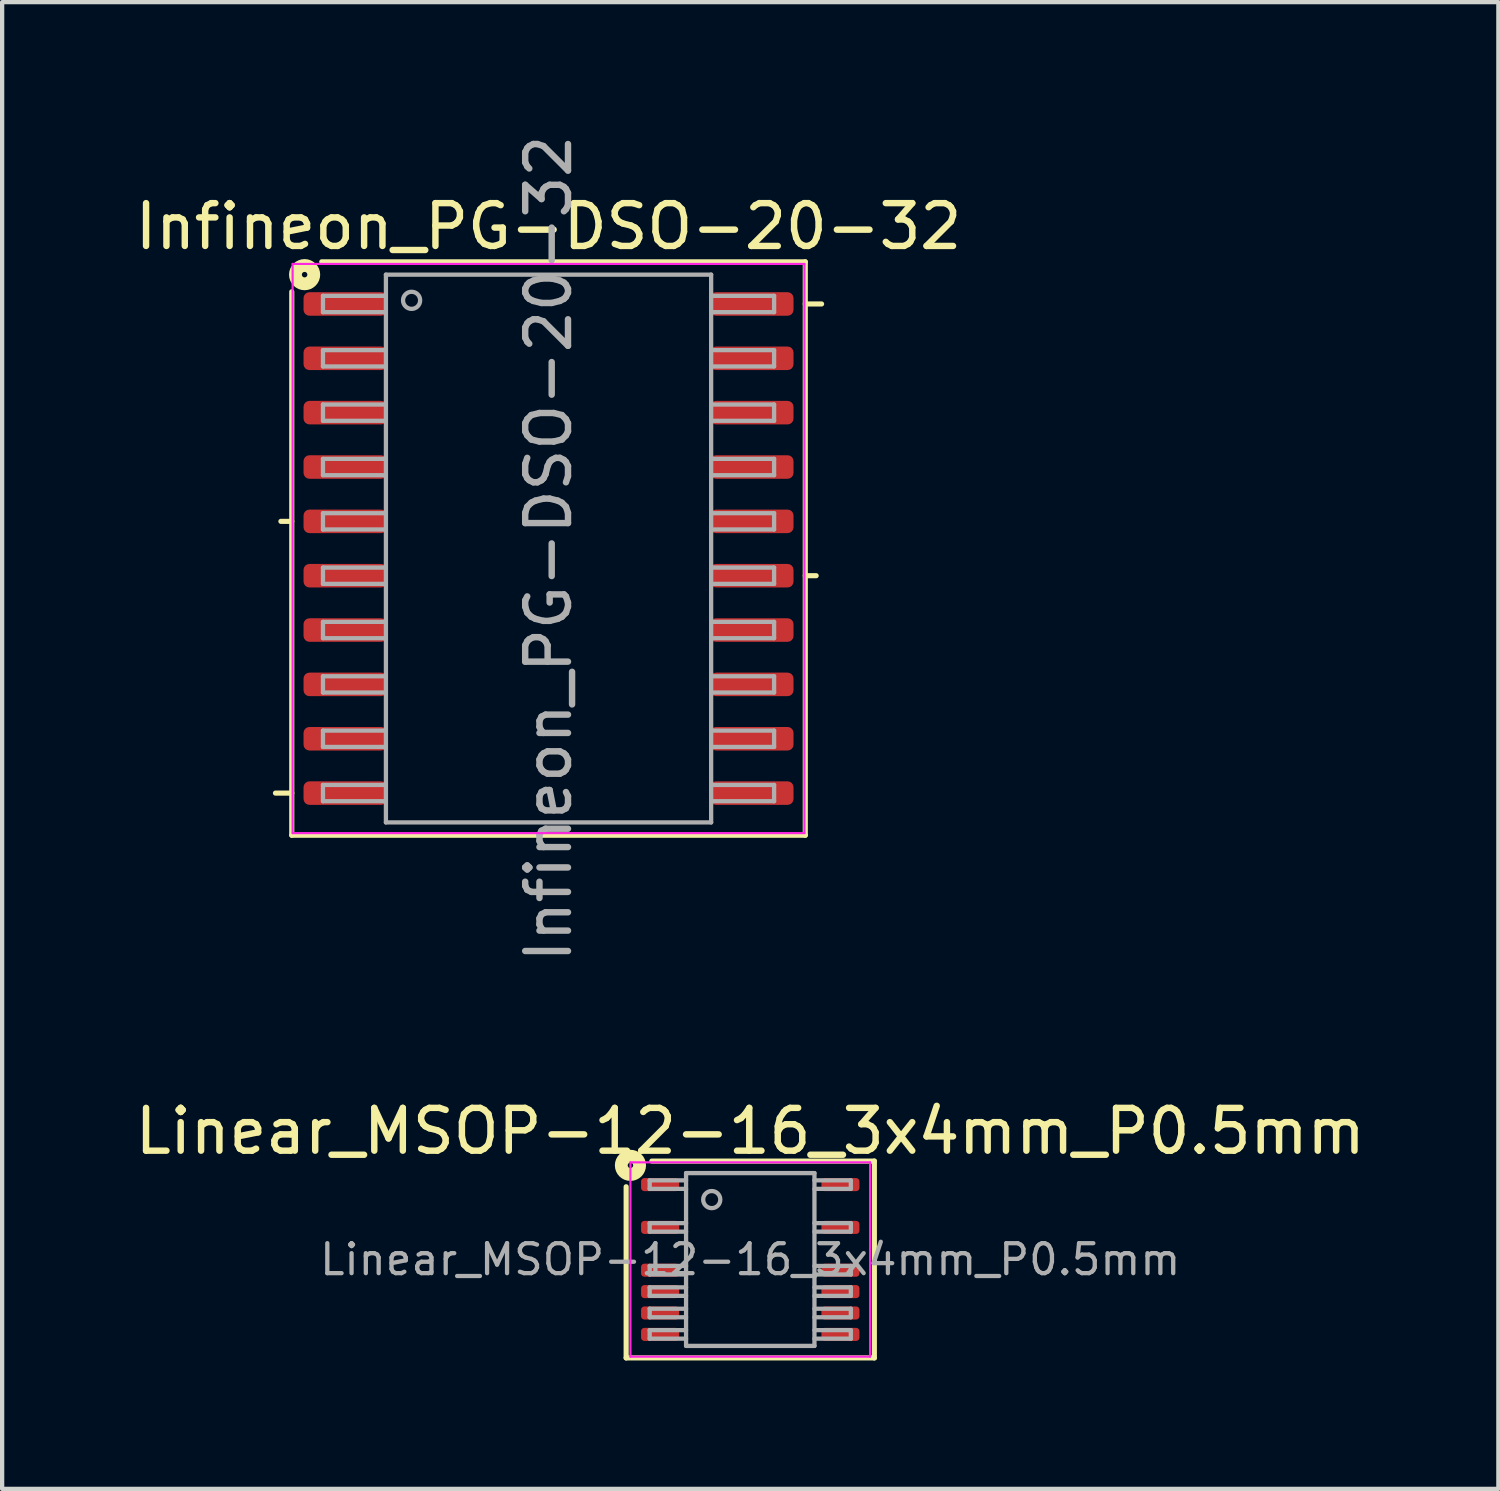
<source format=kicad_pcb>
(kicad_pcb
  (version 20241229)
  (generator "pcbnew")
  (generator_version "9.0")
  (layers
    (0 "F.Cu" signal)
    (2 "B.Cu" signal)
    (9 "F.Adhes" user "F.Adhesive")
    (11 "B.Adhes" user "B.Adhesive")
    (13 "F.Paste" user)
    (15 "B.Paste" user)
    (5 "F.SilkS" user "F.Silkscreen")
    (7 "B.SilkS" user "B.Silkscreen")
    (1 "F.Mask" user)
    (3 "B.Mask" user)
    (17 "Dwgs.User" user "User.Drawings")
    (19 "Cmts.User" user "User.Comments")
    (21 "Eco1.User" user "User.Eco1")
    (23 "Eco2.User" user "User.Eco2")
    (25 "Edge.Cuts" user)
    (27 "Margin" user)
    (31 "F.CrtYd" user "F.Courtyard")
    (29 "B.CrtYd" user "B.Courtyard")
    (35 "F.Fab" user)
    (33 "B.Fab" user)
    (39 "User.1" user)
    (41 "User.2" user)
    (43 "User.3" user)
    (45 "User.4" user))
  (footprint "Linear_MSOP-12-16_3x4mm_P0.5mm"
    (layer "F.Cu")
    (at 14.482 26.382)
    (property "Reference" "Linear_MSOP-12-16_3x4mm_P0.5mm" (at 0 -2.998 0) (layer "F.SilkS") (effects (font (size 1 1) (thickness 0.15))))
    (attr smd)
    (fp_line (start -2.9 2.3) (end -2.9 -1.7) (stroke (width 0.12) (type solid)) (layer "F.SilkS"))
    (fp_line (start -2.3 -2.3) (end 2.9 -2.3) (stroke (width 0.12) (type solid)) (layer "F.SilkS"))
    (fp_line (start 2.9 -2.3) (end 2.9 2.3) (stroke (width 0.12) (type solid)) (layer "F.SilkS"))
    (fp_line (start 2.9 2.3) (end -2.9 2.3) (stroke (width 0.12) (type solid)) (layer "F.SilkS"))
    (fp_circle (center -2.8 -2.2) (end -2.736 -2.2) (stroke (width 0.3) (type solid)) (fill no) (layer "F.SilkS"))
    (fp_line (start -2.8 -2.27) (end -2.8 2.27) (stroke (width 0.05) (type solid)) (layer "F.CrtYd"))
    (fp_line (start -2.8 -2.27) (end 2.8 -2.27) (stroke (width 0.05) (type solid)) (layer "F.CrtYd"))
    (fp_line (start -2.8 2.27) (end 2.8 2.27) (stroke (width 0.05) (type solid)) (layer "F.CrtYd"))
    (fp_line (start 2.8 -2.27) (end 2.8 2.27) (stroke (width 0.05) (type solid)) (layer "F.CrtYd"))
    (fp_line (start -2.35 -1.85) (end -2.35 -1.65) (stroke (width 0.1) (type solid)) (layer "F.Fab"))
    (fp_line (start -2.35 -1.85) (end -1.5 -1.85) (stroke (width 0.1) (type solid)) (layer "F.Fab"))
    (fp_line (start -2.35 -1.65) (end -1.5 -1.65) (stroke (width 0.1) (type solid)) (layer "F.Fab"))
    (fp_line (start -2.35 -0.85) (end -2.35 -0.65) (stroke (width 0.1) (type solid)) (layer "F.Fab"))
    (fp_line (start -2.35 -0.85) (end -1.5 -0.85) (stroke (width 0.1) (type solid)) (layer "F.Fab"))
    (fp_line (start -2.35 -0.65) (end -1.5 -0.65) (stroke (width 0.1) (type solid)) (layer "F.Fab"))
    (fp_line (start -2.35 0.15) (end -2.35 0.35) (stroke (width 0.1) (type solid)) (layer "F.Fab"))
    (fp_line (start -2.35 0.15) (end -1.5 0.15) (stroke (width 0.1) (type solid)) (layer "F.Fab"))
    (fp_line (start -2.35 0.35) (end -1.5 0.35) (stroke (width 0.1) (type solid)) (layer "F.Fab"))
    (fp_line (start -2.35 0.65) (end -2.35 0.85) (stroke (width 0.1) (type solid)) (layer "F.Fab"))
    (fp_line (start -2.35 0.65) (end -1.5 0.65) (stroke (width 0.1) (type solid)) (layer "F.Fab"))
    (fp_line (start -2.35 0.85) (end -1.5 0.85) (stroke (width 0.1) (type solid)) (layer "F.Fab"))
    (fp_line (start -2.35 1.15) (end -2.35 1.35) (stroke (width 0.1) (type solid)) (layer "F.Fab"))
    (fp_line (start -2.35 1.15) (end -1.5 1.15) (stroke (width 0.1) (type solid)) (layer "F.Fab"))
    (fp_line (start -2.35 1.35) (end -1.5 1.35) (stroke (width 0.1) (type solid)) (layer "F.Fab"))
    (fp_line (start -2.35 1.65) (end -2.35 1.85) (stroke (width 0.1) (type solid)) (layer "F.Fab"))
    (fp_line (start -2.35 1.65) (end -1.5 1.65) (stroke (width 0.1) (type solid)) (layer "F.Fab"))
    (fp_line (start -2.35 1.85) (end -1.5 1.85) (stroke (width 0.1) (type solid)) (layer "F.Fab"))
    (fp_line (start -1.5 -2.019) (end 1.5 -2.019) (stroke (width 0.1) (type solid)) (layer "F.Fab"))
    (fp_line (start -1.5 2.019) (end -1.5 -2.019) (stroke (width 0.1) (type solid)) (layer "F.Fab"))
    (fp_line (start 1.5 -2.019) (end 1.5 2.019) (stroke (width 0.1) (type solid)) (layer "F.Fab"))
    (fp_line (start 1.5 2.019) (end -1.5 2.019) (stroke (width 0.1) (type solid)) (layer "F.Fab"))
    (fp_line (start 2.35 -1.85) (end 1.5 -1.85) (stroke (width 0.1) (type solid)) (layer "F.Fab"))
    (fp_line (start 2.35 -1.65) (end 1.5 -1.65) (stroke (width 0.1) (type solid)) (layer "F.Fab"))
    (fp_line (start 2.35 -1.65) (end 2.35 -1.85) (stroke (width 0.1) (type solid)) (layer "F.Fab"))
    (fp_line (start 2.35 -0.85) (end 1.5 -0.85) (stroke (width 0.1) (type solid)) (layer "F.Fab"))
    (fp_line (start 2.35 -0.65) (end 1.5 -0.65) (stroke (width 0.1) (type solid)) (layer "F.Fab"))
    (fp_line (start 2.35 -0.65) (end 2.35 -0.85) (stroke (width 0.1) (type solid)) (layer "F.Fab"))
    (fp_line (start 2.35 0.15) (end 1.5 0.15) (stroke (width 0.1) (type solid)) (layer "F.Fab"))
    (fp_line (start 2.35 0.35) (end 1.5 0.35) (stroke (width 0.1) (type solid)) (layer "F.Fab"))
    (fp_line (start 2.35 0.35) (end 2.35 0.15) (stroke (width 0.1) (type solid)) (layer "F.Fab"))
    (fp_line (start 2.35 0.65) (end 1.5 0.65) (stroke (width 0.1) (type solid)) (layer "F.Fab"))
    (fp_line (start 2.35 0.85) (end 1.5 0.85) (stroke (width 0.1) (type solid)) (layer "F.Fab"))
    (fp_line (start 2.35 0.85) (end 2.35 0.65) (stroke (width 0.1) (type solid)) (layer "F.Fab"))
    (fp_line (start 2.35 1.15) (end 1.5 1.15) (stroke (width 0.1) (type solid)) (layer "F.Fab"))
    (fp_line (start 2.35 1.35) (end 1.5 1.35) (stroke (width 0.1) (type solid)) (layer "F.Fab"))
    (fp_line (start 2.35 1.35) (end 2.35 1.15) (stroke (width 0.1) (type solid)) (layer "F.Fab"))
    (fp_line (start 2.35 1.65) (end 1.5 1.65) (stroke (width 0.1) (type solid)) (layer "F.Fab"))
    (fp_line (start 2.35 1.85) (end 1.5 1.85) (stroke (width 0.1) (type solid)) (layer "F.Fab"))
    (fp_line (start 2.35 1.85) (end 2.35 1.65) (stroke (width 0.1) (type solid)) (layer "F.Fab"))
    (fp_circle (center -0.9 -1.4) (end -0.7 -1.4) (stroke (width 0.1) (type solid)) (fill no) (layer "F.Fab"))
    (fp_text user "${REFERENCE}" (at 0 0 0) (layer "F.Fab") (effects (font (size 0.7 0.7) (thickness 0.1))))
    (pad "1" smd roundrect (at -2.107 -1.75) (size 0.889 0.305) (layers "F.Cu" "F.Mask" "F.Paste") (roundrect_rratio 0.25))
    (pad "3" smd roundrect (at -2.107 -0.75) (size 0.889 0.305) (layers "F.Cu" "F.Mask" "F.Paste") (roundrect_rratio 0.25))
    (pad "5" smd roundrect (at -2.107 0.25) (size 0.889 0.305) (layers "F.Cu" "F.Mask" "F.Paste") (roundrect_rratio 0.25))
    (pad "6" smd roundrect (at -2.107 0.75) (size 0.889 0.305) (layers "F.Cu" "F.Mask" "F.Paste") (roundrect_rratio 0.25))
    (pad "7" smd roundrect (at -2.107 1.25) (size 0.889 0.305) (layers "F.Cu" "F.Mask" "F.Paste") (roundrect_rratio 0.25))
    (pad "8" smd roundrect (at -2.107 1.75) (size 0.889 0.305) (layers "F.Cu" "F.Mask" "F.Paste") (roundrect_rratio 0.25))
    (pad "9" smd roundrect (at 2.107 1.75) (size 0.889 0.305) (layers "F.Cu" "F.Mask" "F.Paste") (roundrect_rratio 0.25))
    (pad "10" smd roundrect (at 2.107 1.25) (size 0.889 0.305) (layers "F.Cu" "F.Mask" "F.Paste") (roundrect_rratio 0.25))
    (pad "11" smd roundrect (at 2.107 0.75) (size 0.889 0.305) (layers "F.Cu" "F.Mask" "F.Paste") (roundrect_rratio 0.25))
    (pad "12" smd roundrect (at 2.107 0.25) (size 0.889 0.305) (layers "F.Cu" "F.Mask" "F.Paste") (roundrect_rratio 0.25))
    (pad "14" smd roundrect (at 2.107 -0.75) (size 0.889 0.305) (layers "F.Cu" "F.Mask" "F.Paste") (roundrect_rratio 0.25))
    (pad "16" smd roundrect (at 2.107 -1.75) (size 0.889 0.305) (layers "F.Cu" "F.Mask" "F.Paste") (roundrect_rratio 0.25)))
  (footprint "Infineon_PG-DSO-20-32"
    (layer "F.Cu")
    (at 9.768 9.768)
    (property "Reference" "Infineon_PG-DSO-20-32" (at 0 -7.526 0) (layer "F.SilkS") (effects (font (size 1 1) (thickness 0.15))))
    (attr smd)
    (fp_line (start -6 -6) (end -6 6.7) (stroke (width 0.12) (type solid)) (layer "F.SilkS"))
    (fp_line (start -6 -0.635) (end -6.254 -0.635) (stroke (width 0.12) (type solid)) (layer "F.SilkS"))
    (fp_line (start -6 5.715) (end -6.381 5.715) (stroke (width 0.12) (type solid)) (layer "F.SilkS"))
    (fp_line (start -6 6.7) (end 6 6.7) (stroke (width 0.12) (type solid)) (layer "F.SilkS"))
    (fp_line (start 6 -6.7) (end -5.3 -6.7) (stroke (width 0.12) (type solid)) (layer "F.SilkS"))
    (fp_line (start 6 -5.715) (end 6.381 -5.715) (stroke (width 0.12) (type solid)) (layer "F.SilkS"))
    (fp_line (start 6 0.635) (end 6.254 0.635) (stroke (width 0.12) (type solid)) (layer "F.SilkS"))
    (fp_line (start 6 6.7) (end 6 -6.7) (stroke (width 0.12) (type solid)) (layer "F.SilkS"))
    (fp_circle (center -5.7 -6.4) (end -5.636 -6.4) (stroke (width 0.3) (type solid)) (fill no) (layer "F.SilkS"))
    (fp_line (start -5.98 -6.65) (end 5.98 -6.65) (stroke (width 0.05) (type solid)) (layer "F.CrtYd"))
    (fp_line (start -5.98 6.65) (end -5.98 -6.65) (stroke (width 0.05) (type solid)) (layer "F.CrtYd"))
    (fp_line (start -5.98 6.65) (end 5.98 6.65) (stroke (width 0.05) (type solid)) (layer "F.CrtYd"))
    (fp_line (start 5.98 6.65) (end 5.98 -6.65) (stroke (width 0.05) (type solid)) (layer "F.CrtYd"))
    (fp_line (start -5.271 -5.905) (end -5.271 -5.524) (stroke (width 0.1) (type solid)) (layer "F.Fab"))
    (fp_line (start -5.271 -5.905) (end -3.81 -5.905) (stroke (width 0.1) (type solid)) (layer "F.Fab"))
    (fp_line (start -5.271 -5.524) (end -3.81 -5.524) (stroke (width 0.1) (type solid)) (layer "F.Fab"))
    (fp_line (start -5.271 -4.636) (end -5.271 -4.255) (stroke (width 0.1) (type solid)) (layer "F.Fab"))
    (fp_line (start -5.271 -4.636) (end -3.81 -4.636) (stroke (width 0.1) (type solid)) (layer "F.Fab"))
    (fp_line (start -5.271 -4.255) (end -3.81 -4.255) (stroke (width 0.1) (type solid)) (layer "F.Fab"))
    (fp_line (start -5.271 -3.365) (end -5.271 -2.985) (stroke (width 0.1) (type solid)) (layer "F.Fab"))
    (fp_line (start -5.271 -3.365) (end -3.81 -3.365) (stroke (width 0.1) (type solid)) (layer "F.Fab"))
    (fp_line (start -5.271 -2.985) (end -3.81 -2.985) (stroke (width 0.1) (type solid)) (layer "F.Fab"))
    (fp_line (start -5.271 -2.095) (end -5.271 -1.714) (stroke (width 0.1) (type solid)) (layer "F.Fab"))
    (fp_line (start -5.271 -2.095) (end -3.81 -2.095) (stroke (width 0.1) (type solid)) (layer "F.Fab"))
    (fp_line (start -5.271 -1.714) (end -3.81 -1.714) (stroke (width 0.1) (type solid)) (layer "F.Fab"))
    (fp_line (start -5.271 -0.826) (end -5.271 -0.445) (stroke (width 0.1) (type solid)) (layer "F.Fab"))
    (fp_line (start -5.271 -0.826) (end -3.81 -0.826) (stroke (width 0.1) (type solid)) (layer "F.Fab"))
    (fp_line (start -5.271 -0.445) (end -3.81 -0.445) (stroke (width 0.1) (type solid)) (layer "F.Fab"))
    (fp_line (start -5.271 0.445) (end -5.271 0.826) (stroke (width 0.1) (type solid)) (layer "F.Fab"))
    (fp_line (start -5.271 0.445) (end -3.81 0.445) (stroke (width 0.1) (type solid)) (layer "F.Fab"))
    (fp_line (start -5.271 0.826) (end -3.81 0.826) (stroke (width 0.1) (type solid)) (layer "F.Fab"))
    (fp_line (start -5.271 1.714) (end -5.271 2.095) (stroke (width 0.1) (type solid)) (layer "F.Fab"))
    (fp_line (start -5.271 1.714) (end -3.81 1.714) (stroke (width 0.1) (type solid)) (layer "F.Fab"))
    (fp_line (start -5.271 2.095) (end -3.81 2.095) (stroke (width 0.1) (type solid)) (layer "F.Fab"))
    (fp_line (start -5.271 2.985) (end -5.271 3.365) (stroke (width 0.1) (type solid)) (layer "F.Fab"))
    (fp_line (start -5.271 2.985) (end -3.81 2.985) (stroke (width 0.1) (type solid)) (layer "F.Fab"))
    (fp_line (start -5.271 3.365) (end -3.81 3.365) (stroke (width 0.1) (type solid)) (layer "F.Fab"))
    (fp_line (start -5.271 4.255) (end -5.271 4.636) (stroke (width 0.1) (type solid)) (layer "F.Fab"))
    (fp_line (start -5.271 4.255) (end -3.81 4.255) (stroke (width 0.1) (type solid)) (layer "F.Fab"))
    (fp_line (start -5.271 4.636) (end -3.81 4.636) (stroke (width 0.1) (type solid)) (layer "F.Fab"))
    (fp_line (start -5.271 5.524) (end -5.271 5.905) (stroke (width 0.1) (type solid)) (layer "F.Fab"))
    (fp_line (start -5.271 5.524) (end -3.81 5.524) (stroke (width 0.1) (type solid)) (layer "F.Fab"))
    (fp_line (start -5.271 5.905) (end -3.81 5.905) (stroke (width 0.1) (type solid)) (layer "F.Fab"))
    (fp_line (start -3.8 -6.4) (end 3.8 -6.4) (stroke (width 0.1) (type solid)) (layer "F.Fab"))
    (fp_line (start -3.8 6.4) (end -3.8 -6.4) (stroke (width 0.1) (type solid)) (layer "F.Fab"))
    (fp_line (start 3.8 -6.4) (end 3.8 6.4) (stroke (width 0.1) (type solid)) (layer "F.Fab"))
    (fp_line (start 3.8 6.4) (end -3.8 6.4) (stroke (width 0.1) (type solid)) (layer "F.Fab"))
    (fp_line (start 5.271 -5.905) (end 3.81 -5.905) (stroke (width 0.1) (type solid)) (layer "F.Fab"))
    (fp_line (start 5.271 -5.524) (end 3.81 -5.524) (stroke (width 0.1) (type solid)) (layer "F.Fab"))
    (fp_line (start 5.271 -5.524) (end 5.271 -5.905) (stroke (width 0.1) (type solid)) (layer "F.Fab"))
    (fp_line (start 5.271 -4.636) (end 3.81 -4.636) (stroke (width 0.1) (type solid)) (layer "F.Fab"))
    (fp_line (start 5.271 -4.255) (end 3.81 -4.255) (stroke (width 0.1) (type solid)) (layer "F.Fab"))
    (fp_line (start 5.271 -4.255) (end 5.271 -4.636) (stroke (width 0.1) (type solid)) (layer "F.Fab"))
    (fp_line (start 5.271 -3.365) (end 3.81 -3.365) (stroke (width 0.1) (type solid)) (layer "F.Fab"))
    (fp_line (start 5.271 -2.985) (end 3.81 -2.985) (stroke (width 0.1) (type solid)) (layer "F.Fab"))
    (fp_line (start 5.271 -2.985) (end 5.271 -3.365) (stroke (width 0.1) (type solid)) (layer "F.Fab"))
    (fp_line (start 5.271 -2.095) (end 3.81 -2.095) (stroke (width 0.1) (type solid)) (layer "F.Fab"))
    (fp_line (start 5.271 -1.714) (end 3.81 -1.714) (stroke (width 0.1) (type solid)) (layer "F.Fab"))
    (fp_line (start 5.271 -1.714) (end 5.271 -2.095) (stroke (width 0.1) (type solid)) (layer "F.Fab"))
    (fp_line (start 5.271 -0.826) (end 3.81 -0.826) (stroke (width 0.1) (type solid)) (layer "F.Fab"))
    (fp_line (start 5.271 -0.445) (end 3.81 -0.445) (stroke (width 0.1) (type solid)) (layer "F.Fab"))
    (fp_line (start 5.271 -0.445) (end 5.271 -0.826) (stroke (width 0.1) (type solid)) (layer "F.Fab"))
    (fp_line (start 5.271 0.445) (end 3.81 0.445) (stroke (width 0.1) (type solid)) (layer "F.Fab"))
    (fp_line (start 5.271 0.826) (end 3.81 0.826) (stroke (width 0.1) (type solid)) (layer "F.Fab"))
    (fp_line (start 5.271 0.826) (end 5.271 0.445) (stroke (width 0.1) (type solid)) (layer "F.Fab"))
    (fp_line (start 5.271 1.714) (end 3.81 1.714) (stroke (width 0.1) (type solid)) (layer "F.Fab"))
    (fp_line (start 5.271 2.095) (end 3.81 2.095) (stroke (width 0.1) (type solid)) (layer "F.Fab"))
    (fp_line (start 5.271 2.095) (end 5.271 1.714) (stroke (width 0.1) (type solid)) (layer "F.Fab"))
    (fp_line (start 5.271 2.985) (end 3.81 2.985) (stroke (width 0.1) (type solid)) (layer "F.Fab"))
    (fp_line (start 5.271 3.365) (end 3.81 3.365) (stroke (width 0.1) (type solid)) (layer "F.Fab"))
    (fp_line (start 5.271 3.365) (end 5.271 2.985) (stroke (width 0.1) (type solid)) (layer "F.Fab"))
    (fp_line (start 5.271 4.255) (end 3.81 4.255) (stroke (width 0.1) (type solid)) (layer "F.Fab"))
    (fp_line (start 5.271 4.636) (end 3.81 4.636) (stroke (width 0.1) (type solid)) (layer "F.Fab"))
    (fp_line (start 5.271 4.636) (end 5.271 4.255) (stroke (width 0.1) (type solid)) (layer "F.Fab"))
    (fp_line (start 5.271 5.524) (end 3.81 5.524) (stroke (width 0.1) (type solid)) (layer "F.Fab"))
    (fp_line (start 5.271 5.905) (end 3.81 5.905) (stroke (width 0.1) (type solid)) (layer "F.Fab"))
    (fp_line (start 5.271 5.905) (end 5.271 5.524) (stroke (width 0.1) (type solid)) (layer "F.Fab"))
    (fp_circle (center -3.2 -5.8) (end -3 -5.8) (stroke (width 0.1) (type solid)) (fill no) (layer "F.Fab"))
    (fp_text user "${REFERENCE}" (at 0 0 90) (layer "F.Fab") (effects (font (size 1 1) (thickness 0.15))))
    (pad "1" smd roundrect (at -4.75 -5.715 90) (size 0.55 1.95) (layers "F.Cu" "F.Mask" "F.Paste") (roundrect_rratio 0.25))
    (pad "2" smd roundrect (at -4.75 -4.445 90) (size 0.55 1.95) (layers "F.Cu" "F.Mask" "F.Paste") (roundrect_rratio 0.25))
    (pad "3" smd roundrect (at -4.75 -3.175 90) (size 0.55 1.95) (layers "F.Cu" "F.Mask" "F.Paste") (roundrect_rratio 0.25))
    (pad "4" smd roundrect (at -4.75 -1.905 90) (size 0.55 1.95) (layers "F.Cu" "F.Mask" "F.Paste") (roundrect_rratio 0.25))
    (pad "5" smd roundrect (at -4.75 -0.635 90) (size 0.55 1.95) (layers "F.Cu" "F.Mask" "F.Paste") (roundrect_rratio 0.25))
    (pad "6" smd roundrect (at -4.75 0.635 90) (size 0.55 1.95) (layers "F.Cu" "F.Mask" "F.Paste") (roundrect_rratio 0.25))
    (pad "7" smd roundrect (at -4.75 1.905 90) (size 0.55 1.95) (layers "F.Cu" "F.Mask" "F.Paste") (roundrect_rratio 0.25))
    (pad "8" smd roundrect (at -4.75 3.175 90) (size 0.55 1.95) (layers "F.Cu" "F.Mask" "F.Paste") (roundrect_rratio 0.25))
    (pad "9" smd roundrect (at -4.75 4.445 90) (size 0.55 1.95) (layers "F.Cu" "F.Mask" "F.Paste") (roundrect_rratio 0.25))
    (pad "10" smd roundrect (at -4.75 5.715 90) (size 0.55 1.95) (layers "F.Cu" "F.Mask" "F.Paste") (roundrect_rratio 0.25))
    (pad "11" smd roundrect (at 4.75 5.715 90) (size 0.55 1.95) (layers "F.Cu" "F.Mask" "F.Paste") (roundrect_rratio 0.25))
    (pad "12" smd roundrect (at 4.75 4.445 90) (size 0.55 1.95) (layers "F.Cu" "F.Mask" "F.Paste") (roundrect_rratio 0.25))
    (pad "13" smd roundrect (at 4.75 3.175 90) (size 0.55 1.95) (layers "F.Cu" "F.Mask" "F.Paste") (roundrect_rratio 0.25))
    (pad "14" smd roundrect (at 4.75 1.905 90) (size 0.55 1.95) (layers "F.Cu" "F.Mask" "F.Paste") (roundrect_rratio 0.25))
    (pad "15" smd roundrect (at 4.75 0.635 90) (size 0.55 1.95) (layers "F.Cu" "F.Mask" "F.Paste") (roundrect_rratio 0.25))
    (pad "16" smd roundrect (at 4.75 -0.635 90) (size 0.55 1.95) (layers "F.Cu" "F.Mask" "F.Paste") (roundrect_rratio 0.25))
    (pad "17" smd roundrect (at 4.75 -1.905 90) (size 0.55 1.95) (layers "F.Cu" "F.Mask" "F.Paste") (roundrect_rratio 0.25))
    (pad "18" smd roundrect (at 4.75 -3.175 90) (size 0.55 1.95) (layers "F.Cu" "F.Mask" "F.Paste") (roundrect_rratio 0.25))
    (pad "19" smd roundrect (at 4.75 -4.445 90) (size 0.55 1.95) (layers "F.Cu" "F.Mask" "F.Paste") (roundrect_rratio 0.25))
    (pad "20" smd roundrect (at 4.75 -5.715 90) (size 0.55 1.95) (layers "F.Cu" "F.Mask" "F.Paste") (roundrect_rratio 0.25)))
  (gr_rect
    (start -3 -3)
    (end 31.964 31.742)
    (stroke (width 0.1) (type default))
    (fill no)
    (layer "Edge.Cuts")))
</source>
